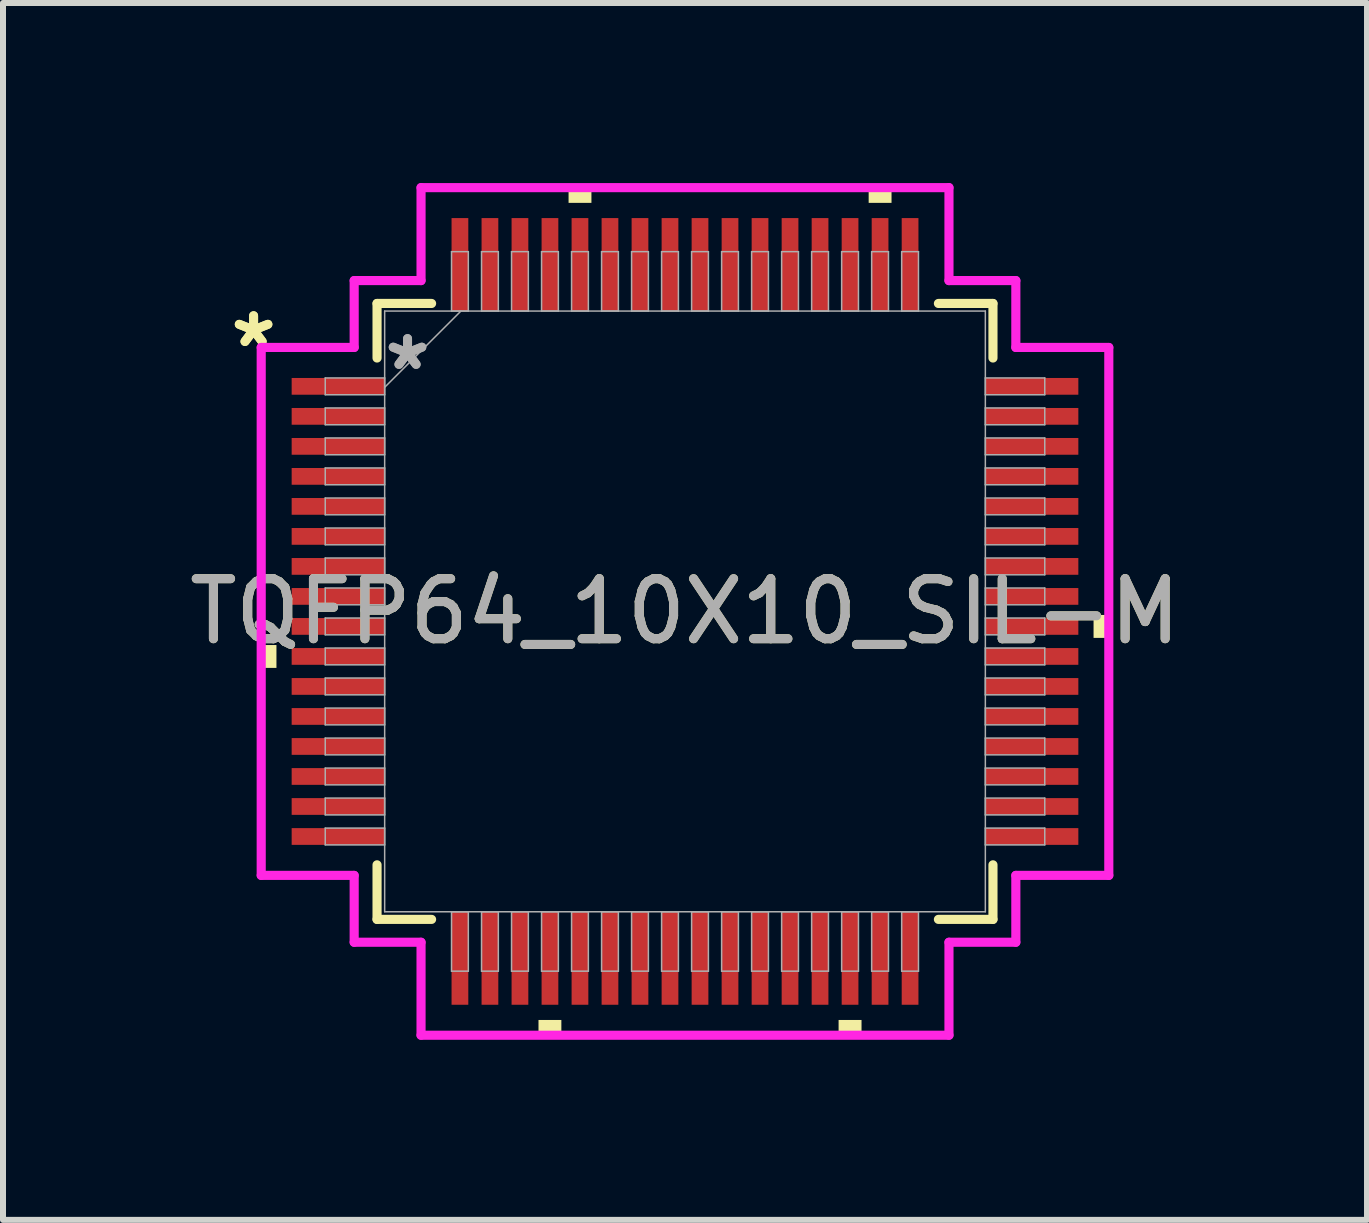
<source format=kicad_pcb>
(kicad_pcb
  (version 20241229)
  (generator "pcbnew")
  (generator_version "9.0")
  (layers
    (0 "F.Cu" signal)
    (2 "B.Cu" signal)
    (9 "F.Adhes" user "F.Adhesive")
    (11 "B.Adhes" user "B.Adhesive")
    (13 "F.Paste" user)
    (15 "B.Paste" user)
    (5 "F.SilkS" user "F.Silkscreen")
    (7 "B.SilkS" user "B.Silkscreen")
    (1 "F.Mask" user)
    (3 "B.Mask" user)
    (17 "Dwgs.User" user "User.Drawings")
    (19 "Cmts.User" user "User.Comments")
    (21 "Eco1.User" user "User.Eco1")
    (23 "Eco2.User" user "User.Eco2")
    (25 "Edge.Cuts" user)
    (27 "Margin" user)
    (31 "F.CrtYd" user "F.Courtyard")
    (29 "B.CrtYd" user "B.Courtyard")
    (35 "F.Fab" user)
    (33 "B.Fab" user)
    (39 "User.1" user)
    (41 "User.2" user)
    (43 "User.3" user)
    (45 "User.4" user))
  (footprint "TQFP64_10X10_SIL-M"
    (layer "F.Cu")
    (at 8.363 7.137)
    (property "Reference" "TQFP64_10X10_SIL-M" (at 0 0 0) (unlocked yes) (layer "F.SilkS") (effects (font (size 1 1) (thickness 0.15))))
    (attr smd)
    (fp_line (start -5.131 -5.131) (end -5.131 -4.222) (stroke (width 0.152) (type solid)) (layer "F.SilkS"))
    (fp_line (start -5.131 4.222) (end -5.131 5.131) (stroke (width 0.152) (type solid)) (layer "F.SilkS"))
    (fp_line (start -5.131 5.131) (end -4.222 5.131) (stroke (width 0.152) (type solid)) (layer "F.SilkS"))
    (fp_line (start -4.222 -5.131) (end -5.131 -5.131) (stroke (width 0.152) (type solid)) (layer "F.SilkS"))
    (fp_line (start 4.222 5.131) (end 5.131 5.131) (stroke (width 0.152) (type solid)) (layer "F.SilkS"))
    (fp_line (start 5.131 -5.131) (end 4.222 -5.131) (stroke (width 0.152) (type solid)) (layer "F.SilkS"))
    (fp_line (start 5.131 -4.222) (end 5.131 -5.131) (stroke (width 0.152) (type solid)) (layer "F.SilkS"))
    (fp_line (start 5.131 5.131) (end 5.131 4.222) (stroke (width 0.152) (type solid)) (layer "F.SilkS"))
    (fp_poly (pts (xy -7.061 0.56) (xy -7.061 0.941) (xy -6.807 0.941) (xy -6.807 0.56)) (stroke (width 0) (type solid)) (fill yes) (layer "F.SilkS"))
    (fp_poly (pts (xy -2.441 6.807) (xy -2.441 7.061) (xy -2.06 7.061) (xy -2.06 6.807)) (stroke (width 0) (type solid)) (fill yes) (layer "F.SilkS"))
    (fp_poly (pts (xy -1.94 -6.807) (xy -1.94 -7.061) (xy -1.559 -7.061) (xy -1.559 -6.807)) (stroke (width 0) (type solid)) (fill yes) (layer "F.SilkS"))
    (fp_poly (pts (xy 2.559 6.807) (xy 2.559 7.061) (xy 2.941 7.061) (xy 2.941 6.807)) (stroke (width 0) (type solid)) (fill yes) (layer "F.SilkS"))
    (fp_poly (pts (xy 3.06 -6.807) (xy 3.06 -7.061) (xy 3.441 -7.061) (xy 3.441 -6.807)) (stroke (width 0) (type solid)) (fill yes) (layer "F.SilkS"))
    (fp_poly (pts (xy 7.061 0.059) (xy 7.061 0.441) (xy 6.807 0.441) (xy 6.807 0.059)) (stroke (width 0) (type solid)) (fill yes) (layer "F.SilkS"))
    (fp_line (start -7.061 -4.398) (end -5.512 -4.398) (stroke (width 0.152) (type solid)) (layer "F.CrtYd"))
    (fp_line (start -7.061 4.398) (end -7.061 -4.398) (stroke (width 0.152) (type solid)) (layer "F.CrtYd"))
    (fp_line (start -5.512 -5.512) (end -4.398 -5.512) (stroke (width 0.152) (type solid)) (layer "F.CrtYd"))
    (fp_line (start -5.512 -4.398) (end -5.512 -5.512) (stroke (width 0.152) (type solid)) (layer "F.CrtYd"))
    (fp_line (start -5.512 4.398) (end -7.061 4.398) (stroke (width 0.152) (type solid)) (layer "F.CrtYd"))
    (fp_line (start -5.512 5.512) (end -5.512 4.398) (stroke (width 0.152) (type solid)) (layer "F.CrtYd"))
    (fp_line (start -5.512 5.512) (end -4.398 5.512) (stroke (width 0.152) (type solid)) (layer "F.CrtYd"))
    (fp_line (start -4.398 -7.061) (end 4.398 -7.061) (stroke (width 0.152) (type solid)) (layer "F.CrtYd"))
    (fp_line (start -4.398 -5.512) (end -4.398 -7.061) (stroke (width 0.152) (type solid)) (layer "F.CrtYd"))
    (fp_line (start -4.398 5.512) (end -4.398 7.061) (stroke (width 0.152) (type solid)) (layer "F.CrtYd"))
    (fp_line (start -4.398 7.061) (end 4.398 7.061) (stroke (width 0.152) (type solid)) (layer "F.CrtYd"))
    (fp_line (start 4.398 -7.061) (end 4.398 -5.512) (stroke (width 0.152) (type solid)) (layer "F.CrtYd"))
    (fp_line (start 4.398 -5.512) (end 5.512 -5.512) (stroke (width 0.152) (type solid)) (layer "F.CrtYd"))
    (fp_line (start 4.398 5.512) (end 5.512 5.512) (stroke (width 0.152) (type solid)) (layer "F.CrtYd"))
    (fp_line (start 4.398 7.061) (end 4.398 5.512) (stroke (width 0.152) (type solid)) (layer "F.CrtYd"))
    (fp_line (start 5.512 -4.398) (end 5.512 -5.512) (stroke (width 0.152) (type solid)) (layer "F.CrtYd"))
    (fp_line (start 5.512 4.398) (end 7.061 4.398) (stroke (width 0.152) (type solid)) (layer "F.CrtYd"))
    (fp_line (start 5.512 5.512) (end 5.512 4.398) (stroke (width 0.152) (type solid)) (layer "F.CrtYd"))
    (fp_line (start 7.061 -4.398) (end 5.512 -4.398) (stroke (width 0.152) (type solid)) (layer "F.CrtYd"))
    (fp_line (start 7.061 4.398) (end 7.061 -4.398) (stroke (width 0.152) (type solid)) (layer "F.CrtYd"))
    (fp_line (start -5.994 -3.89) (end -5.994 -3.61) (stroke (width 0.025) (type solid)) (layer "F.Fab"))
    (fp_line (start -5.994 -3.61) (end -5.004 -3.61) (stroke (width 0.025) (type solid)) (layer "F.Fab"))
    (fp_line (start -5.994 -3.39) (end -5.994 -3.11) (stroke (width 0.025) (type solid)) (layer "F.Fab"))
    (fp_line (start -5.994 -3.11) (end -5.004 -3.11) (stroke (width 0.025) (type solid)) (layer "F.Fab"))
    (fp_line (start -5.994 -2.89) (end -5.994 -2.61) (stroke (width 0.025) (type solid)) (layer "F.Fab"))
    (fp_line (start -5.994 -2.61) (end -5.004 -2.61) (stroke (width 0.025) (type solid)) (layer "F.Fab"))
    (fp_line (start -5.994 -2.39) (end -5.994 -2.11) (stroke (width 0.025) (type solid)) (layer "F.Fab"))
    (fp_line (start -5.994 -2.11) (end -5.004 -2.11) (stroke (width 0.025) (type solid)) (layer "F.Fab"))
    (fp_line (start -5.994 -1.89) (end -5.994 -1.61) (stroke (width 0.025) (type solid)) (layer "F.Fab"))
    (fp_line (start -5.994 -1.61) (end -5.004 -1.61) (stroke (width 0.025) (type solid)) (layer "F.Fab"))
    (fp_line (start -5.994 -1.39) (end -5.994 -1.11) (stroke (width 0.025) (type solid)) (layer "F.Fab"))
    (fp_line (start -5.994 -1.11) (end -5.004 -1.11) (stroke (width 0.025) (type solid)) (layer "F.Fab"))
    (fp_line (start -5.994 -0.89) (end -5.994 -0.61) (stroke (width 0.025) (type solid)) (layer "F.Fab"))
    (fp_line (start -5.994 -0.61) (end -5.004 -0.61) (stroke (width 0.025) (type solid)) (layer "F.Fab"))
    (fp_line (start -5.994 -0.39) (end -5.994 -0.11) (stroke (width 0.025) (type solid)) (layer "F.Fab"))
    (fp_line (start -5.994 -0.11) (end -5.004 -0.11) (stroke (width 0.025) (type solid)) (layer "F.Fab"))
    (fp_line (start -5.994 0.11) (end -5.994 0.39) (stroke (width 0.025) (type solid)) (layer "F.Fab"))
    (fp_line (start -5.994 0.39) (end -5.004 0.39) (stroke (width 0.025) (type solid)) (layer "F.Fab"))
    (fp_line (start -5.994 0.61) (end -5.994 0.89) (stroke (width 0.025) (type solid)) (layer "F.Fab"))
    (fp_line (start -5.994 0.89) (end -5.004 0.89) (stroke (width 0.025) (type solid)) (layer "F.Fab"))
    (fp_line (start -5.994 1.11) (end -5.994 1.39) (stroke (width 0.025) (type solid)) (layer "F.Fab"))
    (fp_line (start -5.994 1.39) (end -5.004 1.39) (stroke (width 0.025) (type solid)) (layer "F.Fab"))
    (fp_line (start -5.994 1.61) (end -5.994 1.89) (stroke (width 0.025) (type solid)) (layer "F.Fab"))
    (fp_line (start -5.994 1.89) (end -5.004 1.89) (stroke (width 0.025) (type solid)) (layer "F.Fab"))
    (fp_line (start -5.994 2.11) (end -5.994 2.39) (stroke (width 0.025) (type solid)) (layer "F.Fab"))
    (fp_line (start -5.994 2.39) (end -5.004 2.39) (stroke (width 0.025) (type solid)) (layer "F.Fab"))
    (fp_line (start -5.994 2.61) (end -5.994 2.89) (stroke (width 0.025) (type solid)) (layer "F.Fab"))
    (fp_line (start -5.994 2.89) (end -5.004 2.89) (stroke (width 0.025) (type solid)) (layer "F.Fab"))
    (fp_line (start -5.994 3.11) (end -5.994 3.39) (stroke (width 0.025) (type solid)) (layer "F.Fab"))
    (fp_line (start -5.994 3.39) (end -5.004 3.39) (stroke (width 0.025) (type solid)) (layer "F.Fab"))
    (fp_line (start -5.994 3.61) (end -5.994 3.89) (stroke (width 0.025) (type solid)) (layer "F.Fab"))
    (fp_line (start -5.994 3.89) (end -5.004 3.89) (stroke (width 0.025) (type solid)) (layer "F.Fab"))
    (fp_line (start -5.004 -5.004) (end -5.004 5.004) (stroke (width 0.025) (type solid)) (layer "F.Fab"))
    (fp_line (start -5.004 -3.89) (end -5.994 -3.89) (stroke (width 0.025) (type solid)) (layer "F.Fab"))
    (fp_line (start -5.004 -3.734) (end -3.734 -5.004) (stroke (width 0.025) (type solid)) (layer "F.Fab"))
    (fp_line (start -5.004 -3.61) (end -5.004 -3.89) (stroke (width 0.025) (type solid)) (layer "F.Fab"))
    (fp_line (start -5.004 -3.39) (end -5.994 -3.39) (stroke (width 0.025) (type solid)) (layer "F.Fab"))
    (fp_line (start -5.004 -3.11) (end -5.004 -3.39) (stroke (width 0.025) (type solid)) (layer "F.Fab"))
    (fp_line (start -5.004 -2.89) (end -5.994 -2.89) (stroke (width 0.025) (type solid)) (layer "F.Fab"))
    (fp_line (start -5.004 -2.61) (end -5.004 -2.89) (stroke (width 0.025) (type solid)) (layer "F.Fab"))
    (fp_line (start -5.004 -2.39) (end -5.994 -2.39) (stroke (width 0.025) (type solid)) (layer "F.Fab"))
    (fp_line (start -5.004 -2.11) (end -5.004 -2.39) (stroke (width 0.025) (type solid)) (layer "F.Fab"))
    (fp_line (start -5.004 -1.89) (end -5.994 -1.89) (stroke (width 0.025) (type solid)) (layer "F.Fab"))
    (fp_line (start -5.004 -1.61) (end -5.004 -1.89) (stroke (width 0.025) (type solid)) (layer "F.Fab"))
    (fp_line (start -5.004 -1.39) (end -5.994 -1.39) (stroke (width 0.025) (type solid)) (layer "F.Fab"))
    (fp_line (start -5.004 -1.11) (end -5.004 -1.39) (stroke (width 0.025) (type solid)) (layer "F.Fab"))
    (fp_line (start -5.004 -0.89) (end -5.994 -0.89) (stroke (width 0.025) (type solid)) (layer "F.Fab"))
    (fp_line (start -5.004 -0.61) (end -5.004 -0.89) (stroke (width 0.025) (type solid)) (layer "F.Fab"))
    (fp_line (start -5.004 -0.39) (end -5.994 -0.39) (stroke (width 0.025) (type solid)) (layer "F.Fab"))
    (fp_line (start -5.004 -0.11) (end -5.004 -0.39) (stroke (width 0.025) (type solid)) (layer "F.Fab"))
    (fp_line (start -5.004 0.11) (end -5.994 0.11) (stroke (width 0.025) (type solid)) (layer "F.Fab"))
    (fp_line (start -5.004 0.39) (end -5.004 0.11) (stroke (width 0.025) (type solid)) (layer "F.Fab"))
    (fp_line (start -5.004 0.61) (end -5.994 0.61) (stroke (width 0.025) (type solid)) (layer "F.Fab"))
    (fp_line (start -5.004 0.89) (end -5.004 0.61) (stroke (width 0.025) (type solid)) (layer "F.Fab"))
    (fp_line (start -5.004 1.11) (end -5.994 1.11) (stroke (width 0.025) (type solid)) (layer "F.Fab"))
    (fp_line (start -5.004 1.39) (end -5.004 1.11) (stroke (width 0.025) (type solid)) (layer "F.Fab"))
    (fp_line (start -5.004 1.61) (end -5.994 1.61) (stroke (width 0.025) (type solid)) (layer "F.Fab"))
    (fp_line (start -5.004 1.89) (end -5.004 1.61) (stroke (width 0.025) (type solid)) (layer "F.Fab"))
    (fp_line (start -5.004 2.11) (end -5.994 2.11) (stroke (width 0.025) (type solid)) (layer "F.Fab"))
    (fp_line (start -5.004 2.39) (end -5.004 2.11) (stroke (width 0.025) (type solid)) (layer "F.Fab"))
    (fp_line (start -5.004 2.61) (end -5.994 2.61) (stroke (width 0.025) (type solid)) (layer "F.Fab"))
    (fp_line (start -5.004 2.89) (end -5.004 2.61) (stroke (width 0.025) (type solid)) (layer "F.Fab"))
    (fp_line (start -5.004 3.11) (end -5.994 3.11) (stroke (width 0.025) (type solid)) (layer "F.Fab"))
    (fp_line (start -5.004 3.39) (end -5.004 3.11) (stroke (width 0.025) (type solid)) (layer "F.Fab"))
    (fp_line (start -5.004 3.61) (end -5.994 3.61) (stroke (width 0.025) (type solid)) (layer "F.Fab"))
    (fp_line (start -5.004 3.89) (end -5.004 3.61) (stroke (width 0.025) (type solid)) (layer "F.Fab"))
    (fp_line (start -5.004 5.004) (end 5.004 5.004) (stroke (width 0.025) (type solid)) (layer "F.Fab"))
    (fp_line (start -3.89 -5.994) (end -3.89 -5.004) (stroke (width 0.025) (type solid)) (layer "F.Fab"))
    (fp_line (start -3.89 -5.004) (end -3.61 -5.004) (stroke (width 0.025) (type solid)) (layer "F.Fab"))
    (fp_line (start -3.89 5.004) (end -3.89 5.994) (stroke (width 0.025) (type solid)) (layer "F.Fab"))
    (fp_line (start -3.89 5.994) (end -3.61 5.994) (stroke (width 0.025) (type solid)) (layer "F.Fab"))
    (fp_line (start -3.61 -5.994) (end -3.89 -5.994) (stroke (width 0.025) (type solid)) (layer "F.Fab"))
    (fp_line (start -3.61 -5.004) (end -3.61 -5.994) (stroke (width 0.025) (type solid)) (layer "F.Fab"))
    (fp_line (start -3.61 5.004) (end -3.89 5.004) (stroke (width 0.025) (type solid)) (layer "F.Fab"))
    (fp_line (start -3.61 5.994) (end -3.61 5.004) (stroke (width 0.025) (type solid)) (layer "F.Fab"))
    (fp_line (start -3.39 -5.994) (end -3.39 -5.004) (stroke (width 0.025) (type solid)) (layer "F.Fab"))
    (fp_line (start -3.39 -5.004) (end -3.11 -5.004) (stroke (width 0.025) (type solid)) (layer "F.Fab"))
    (fp_line (start -3.39 5.004) (end -3.39 5.994) (stroke (width 0.025) (type solid)) (layer "F.Fab"))
    (fp_line (start -3.39 5.994) (end -3.11 5.994) (stroke (width 0.025) (type solid)) (layer "F.Fab"))
    (fp_line (start -3.11 -5.994) (end -3.39 -5.994) (stroke (width 0.025) (type solid)) (layer "F.Fab"))
    (fp_line (start -3.11 -5.004) (end -3.11 -5.994) (stroke (width 0.025) (type solid)) (layer "F.Fab"))
    (fp_line (start -3.11 5.004) (end -3.39 5.004) (stroke (width 0.025) (type solid)) (layer "F.Fab"))
    (fp_line (start -3.11 5.994) (end -3.11 5.004) (stroke (width 0.025) (type solid)) (layer "F.Fab"))
    (fp_line (start -2.89 -5.994) (end -2.89 -5.004) (stroke (width 0.025) (type solid)) (layer "F.Fab"))
    (fp_line (start -2.89 -5.004) (end -2.61 -5.004) (stroke (width 0.025) (type solid)) (layer "F.Fab"))
    (fp_line (start -2.89 5.004) (end -2.89 5.994) (stroke (width 0.025) (type solid)) (layer "F.Fab"))
    (fp_line (start -2.89 5.994) (end -2.61 5.994) (stroke (width 0.025) (type solid)) (layer "F.Fab"))
    (fp_line (start -2.61 -5.994) (end -2.89 -5.994) (stroke (width 0.025) (type solid)) (layer "F.Fab"))
    (fp_line (start -2.61 -5.004) (end -2.61 -5.994) (stroke (width 0.025) (type solid)) (layer "F.Fab"))
    (fp_line (start -2.61 5.004) (end -2.89 5.004) (stroke (width 0.025) (type solid)) (layer "F.Fab"))
    (fp_line (start -2.61 5.994) (end -2.61 5.004) (stroke (width 0.025) (type solid)) (layer "F.Fab"))
    (fp_line (start -2.39 -5.994) (end -2.39 -5.004) (stroke (width 0.025) (type solid)) (layer "F.Fab"))
    (fp_line (start -2.39 -5.004) (end -2.11 -5.004) (stroke (width 0.025) (type solid)) (layer "F.Fab"))
    (fp_line (start -2.39 5.004) (end -2.39 5.994) (stroke (width 0.025) (type solid)) (layer "F.Fab"))
    (fp_line (start -2.39 5.994) (end -2.11 5.994) (stroke (width 0.025) (type solid)) (layer "F.Fab"))
    (fp_line (start -2.11 -5.994) (end -2.39 -5.994) (stroke (width 0.025) (type solid)) (layer "F.Fab"))
    (fp_line (start -2.11 -5.004) (end -2.11 -5.994) (stroke (width 0.025) (type solid)) (layer "F.Fab"))
    (fp_line (start -2.11 5.004) (end -2.39 5.004) (stroke (width 0.025) (type solid)) (layer "F.Fab"))
    (fp_line (start -2.11 5.994) (end -2.11 5.004) (stroke (width 0.025) (type solid)) (layer "F.Fab"))
    (fp_line (start -1.89 -5.994) (end -1.89 -5.004) (stroke (width 0.025) (type solid)) (layer "F.Fab"))
    (fp_line (start -1.89 -5.004) (end -1.61 -5.004) (stroke (width 0.025) (type solid)) (layer "F.Fab"))
    (fp_line (start -1.89 5.004) (end -1.89 5.994) (stroke (width 0.025) (type solid)) (layer "F.Fab"))
    (fp_line (start -1.89 5.994) (end -1.61 5.994) (stroke (width 0.025) (type solid)) (layer "F.Fab"))
    (fp_line (start -1.61 -5.994) (end -1.89 -5.994) (stroke (width 0.025) (type solid)) (layer "F.Fab"))
    (fp_line (start -1.61 -5.004) (end -1.61 -5.994) (stroke (width 0.025) (type solid)) (layer "F.Fab"))
    (fp_line (start -1.61 5.004) (end -1.89 5.004) (stroke (width 0.025) (type solid)) (layer "F.Fab"))
    (fp_line (start -1.61 5.994) (end -1.61 5.004) (stroke (width 0.025) (type solid)) (layer "F.Fab"))
    (fp_line (start -1.39 -5.994) (end -1.39 -5.004) (stroke (width 0.025) (type solid)) (layer "F.Fab"))
    (fp_line (start -1.39 -5.004) (end -1.11 -5.004) (stroke (width 0.025) (type solid)) (layer "F.Fab"))
    (fp_line (start -1.39 5.004) (end -1.39 5.994) (stroke (width 0.025) (type solid)) (layer "F.Fab"))
    (fp_line (start -1.39 5.994) (end -1.11 5.994) (stroke (width 0.025) (type solid)) (layer "F.Fab"))
    (fp_line (start -1.11 -5.994) (end -1.39 -5.994) (stroke (width 0.025) (type solid)) (layer "F.Fab"))
    (fp_line (start -1.11 -5.004) (end -1.11 -5.994) (stroke (width 0.025) (type solid)) (layer "F.Fab"))
    (fp_line (start -1.11 5.004) (end -1.39 5.004) (stroke (width 0.025) (type solid)) (layer "F.Fab"))
    (fp_line (start -1.11 5.994) (end -1.11 5.004) (stroke (width 0.025) (type solid)) (layer "F.Fab"))
    (fp_line (start -0.89 -5.994) (end -0.89 -5.004) (stroke (width 0.025) (type solid)) (layer "F.Fab"))
    (fp_line (start -0.89 -5.004) (end -0.61 -5.004) (stroke (width 0.025) (type solid)) (layer "F.Fab"))
    (fp_line (start -0.89 5.004) (end -0.89 5.994) (stroke (width 0.025) (type solid)) (layer "F.Fab"))
    (fp_line (start -0.89 5.994) (end -0.61 5.994) (stroke (width 0.025) (type solid)) (layer "F.Fab"))
    (fp_line (start -0.61 -5.994) (end -0.89 -5.994) (stroke (width 0.025) (type solid)) (layer "F.Fab"))
    (fp_line (start -0.61 -5.004) (end -0.61 -5.994) (stroke (width 0.025) (type solid)) (layer "F.Fab"))
    (fp_line (start -0.61 5.004) (end -0.89 5.004) (stroke (width 0.025) (type solid)) (layer "F.Fab"))
    (fp_line (start -0.61 5.994) (end -0.61 5.004) (stroke (width 0.025) (type solid)) (layer "F.Fab"))
    (fp_line (start -0.39 -5.994) (end -0.39 -5.004) (stroke (width 0.025) (type solid)) (layer "F.Fab"))
    (fp_line (start -0.39 -5.004) (end -0.11 -5.004) (stroke (width 0.025) (type solid)) (layer "F.Fab"))
    (fp_line (start -0.39 5.004) (end -0.39 5.994) (stroke (width 0.025) (type solid)) (layer "F.Fab"))
    (fp_line (start -0.39 5.994) (end -0.11 5.994) (stroke (width 0.025) (type solid)) (layer "F.Fab"))
    (fp_line (start -0.11 -5.994) (end -0.39 -5.994) (stroke (width 0.025) (type solid)) (layer "F.Fab"))
    (fp_line (start -0.11 -5.004) (end -0.11 -5.994) (stroke (width 0.025) (type solid)) (layer "F.Fab"))
    (fp_line (start -0.11 5.004) (end -0.39 5.004) (stroke (width 0.025) (type solid)) (layer "F.Fab"))
    (fp_line (start -0.11 5.994) (end -0.11 5.004) (stroke (width 0.025) (type solid)) (layer "F.Fab"))
    (fp_line (start 0.11 -5.994) (end 0.11 -5.004) (stroke (width 0.025) (type solid)) (layer "F.Fab"))
    (fp_line (start 0.11 -5.004) (end 0.39 -5.004) (stroke (width 0.025) (type solid)) (layer "F.Fab"))
    (fp_line (start 0.11 5.004) (end 0.11 5.994) (stroke (width 0.025) (type solid)) (layer "F.Fab"))
    (fp_line (start 0.11 5.994) (end 0.39 5.994) (stroke (width 0.025) (type solid)) (layer "F.Fab"))
    (fp_line (start 0.39 -5.994) (end 0.11 -5.994) (stroke (width 0.025) (type solid)) (layer "F.Fab"))
    (fp_line (start 0.39 -5.004) (end 0.39 -5.994) (stroke (width 0.025) (type solid)) (layer "F.Fab"))
    (fp_line (start 0.39 5.004) (end 0.11 5.004) (stroke (width 0.025) (type solid)) (layer "F.Fab"))
    (fp_line (start 0.39 5.994) (end 0.39 5.004) (stroke (width 0.025) (type solid)) (layer "F.Fab"))
    (fp_line (start 0.61 -5.994) (end 0.61 -5.004) (stroke (width 0.025) (type solid)) (layer "F.Fab"))
    (fp_line (start 0.61 -5.004) (end 0.89 -5.004) (stroke (width 0.025) (type solid)) (layer "F.Fab"))
    (fp_line (start 0.61 5.004) (end 0.61 5.994) (stroke (width 0.025) (type solid)) (layer "F.Fab"))
    (fp_line (start 0.61 5.994) (end 0.89 5.994) (stroke (width 0.025) (type solid)) (layer "F.Fab"))
    (fp_line (start 0.89 -5.994) (end 0.61 -5.994) (stroke (width 0.025) (type solid)) (layer "F.Fab"))
    (fp_line (start 0.89 -5.004) (end 0.89 -5.994) (stroke (width 0.025) (type solid)) (layer "F.Fab"))
    (fp_line (start 0.89 5.004) (end 0.61 5.004) (stroke (width 0.025) (type solid)) (layer "F.Fab"))
    (fp_line (start 0.89 5.994) (end 0.89 5.004) (stroke (width 0.025) (type solid)) (layer "F.Fab"))
    (fp_line (start 1.11 -5.994) (end 1.11 -5.004) (stroke (width 0.025) (type solid)) (layer "F.Fab"))
    (fp_line (start 1.11 -5.004) (end 1.39 -5.004) (stroke (width 0.025) (type solid)) (layer "F.Fab"))
    (fp_line (start 1.11 5.004) (end 1.11 5.994) (stroke (width 0.025) (type solid)) (layer "F.Fab"))
    (fp_line (start 1.11 5.994) (end 1.39 5.994) (stroke (width 0.025) (type solid)) (layer "F.Fab"))
    (fp_line (start 1.39 -5.994) (end 1.11 -5.994) (stroke (width 0.025) (type solid)) (layer "F.Fab"))
    (fp_line (start 1.39 -5.004) (end 1.39 -5.994) (stroke (width 0.025) (type solid)) (layer "F.Fab"))
    (fp_line (start 1.39 5.004) (end 1.11 5.004) (stroke (width 0.025) (type solid)) (layer "F.Fab"))
    (fp_line (start 1.39 5.994) (end 1.39 5.004) (stroke (width 0.025) (type solid)) (layer "F.Fab"))
    (fp_line (start 1.61 -5.994) (end 1.61 -5.004) (stroke (width 0.025) (type solid)) (layer "F.Fab"))
    (fp_line (start 1.61 -5.004) (end 1.89 -5.004) (stroke (width 0.025) (type solid)) (layer "F.Fab"))
    (fp_line (start 1.61 5.004) (end 1.61 5.994) (stroke (width 0.025) (type solid)) (layer "F.Fab"))
    (fp_line (start 1.61 5.994) (end 1.89 5.994) (stroke (width 0.025) (type solid)) (layer "F.Fab"))
    (fp_line (start 1.89 -5.994) (end 1.61 -5.994) (stroke (width 0.025) (type solid)) (layer "F.Fab"))
    (fp_line (start 1.89 -5.004) (end 1.89 -5.994) (stroke (width 0.025) (type solid)) (layer "F.Fab"))
    (fp_line (start 1.89 5.004) (end 1.61 5.004) (stroke (width 0.025) (type solid)) (layer "F.Fab"))
    (fp_line (start 1.89 5.994) (end 1.89 5.004) (stroke (width 0.025) (type solid)) (layer "F.Fab"))
    (fp_line (start 2.11 -5.994) (end 2.11 -5.004) (stroke (width 0.025) (type solid)) (layer "F.Fab"))
    (fp_line (start 2.11 -5.004) (end 2.39 -5.004) (stroke (width 0.025) (type solid)) (layer "F.Fab"))
    (fp_line (start 2.11 5.004) (end 2.11 5.994) (stroke (width 0.025) (type solid)) (layer "F.Fab"))
    (fp_line (start 2.11 5.994) (end 2.39 5.994) (stroke (width 0.025) (type solid)) (layer "F.Fab"))
    (fp_line (start 2.39 -5.994) (end 2.11 -5.994) (stroke (width 0.025) (type solid)) (layer "F.Fab"))
    (fp_line (start 2.39 -5.004) (end 2.39 -5.994) (stroke (width 0.025) (type solid)) (layer "F.Fab"))
    (fp_line (start 2.39 5.004) (end 2.11 5.004) (stroke (width 0.025) (type solid)) (layer "F.Fab"))
    (fp_line (start 2.39 5.994) (end 2.39 5.004) (stroke (width 0.025) (type solid)) (layer "F.Fab"))
    (fp_line (start 2.61 -5.994) (end 2.61 -5.004) (stroke (width 0.025) (type solid)) (layer "F.Fab"))
    (fp_line (start 2.61 -5.004) (end 2.89 -5.004) (stroke (width 0.025) (type solid)) (layer "F.Fab"))
    (fp_line (start 2.61 5.004) (end 2.61 5.994) (stroke (width 0.025) (type solid)) (layer "F.Fab"))
    (fp_line (start 2.61 5.994) (end 2.89 5.994) (stroke (width 0.025) (type solid)) (layer "F.Fab"))
    (fp_line (start 2.89 -5.994) (end 2.61 -5.994) (stroke (width 0.025) (type solid)) (layer "F.Fab"))
    (fp_line (start 2.89 -5.004) (end 2.89 -5.994) (stroke (width 0.025) (type solid)) (layer "F.Fab"))
    (fp_line (start 2.89 5.004) (end 2.61 5.004) (stroke (width 0.025) (type solid)) (layer "F.Fab"))
    (fp_line (start 2.89 5.994) (end 2.89 5.004) (stroke (width 0.025) (type solid)) (layer "F.Fab"))
    (fp_line (start 3.11 -5.994) (end 3.11 -5.004) (stroke (width 0.025) (type solid)) (layer "F.Fab"))
    (fp_line (start 3.11 -5.004) (end 3.39 -5.004) (stroke (width 0.025) (type solid)) (layer "F.Fab"))
    (fp_line (start 3.11 5.004) (end 3.11 5.994) (stroke (width 0.025) (type solid)) (layer "F.Fab"))
    (fp_line (start 3.11 5.994) (end 3.39 5.994) (stroke (width 0.025) (type solid)) (layer "F.Fab"))
    (fp_line (start 3.39 -5.994) (end 3.11 -5.994) (stroke (width 0.025) (type solid)) (layer "F.Fab"))
    (fp_line (start 3.39 -5.004) (end 3.39 -5.994) (stroke (width 0.025) (type solid)) (layer "F.Fab"))
    (fp_line (start 3.39 5.004) (end 3.11 5.004) (stroke (width 0.025) (type solid)) (layer "F.Fab"))
    (fp_line (start 3.39 5.994) (end 3.39 5.004) (stroke (width 0.025) (type solid)) (layer "F.Fab"))
    (fp_line (start 3.61 -5.994) (end 3.61 -5.004) (stroke (width 0.025) (type solid)) (layer "F.Fab"))
    (fp_line (start 3.61 -5.004) (end 3.89 -5.004) (stroke (width 0.025) (type solid)) (layer "F.Fab"))
    (fp_line (start 3.61 5.004) (end 3.61 5.994) (stroke (width 0.025) (type solid)) (layer "F.Fab"))
    (fp_line (start 3.61 5.994) (end 3.89 5.994) (stroke (width 0.025) (type solid)) (layer "F.Fab"))
    (fp_line (start 3.89 -5.994) (end 3.61 -5.994) (stroke (width 0.025) (type solid)) (layer "F.Fab"))
    (fp_line (start 3.89 -5.004) (end 3.89 -5.994) (stroke (width 0.025) (type solid)) (layer "F.Fab"))
    (fp_line (start 3.89 5.004) (end 3.61 5.004) (stroke (width 0.025) (type solid)) (layer "F.Fab"))
    (fp_line (start 3.89 5.994) (end 3.89 5.004) (stroke (width 0.025) (type solid)) (layer "F.Fab"))
    (fp_line (start 5.004 -5.004) (end -5.004 -5.004) (stroke (width 0.025) (type solid)) (layer "F.Fab"))
    (fp_line (start 5.004 -3.89) (end 5.004 -3.61) (stroke (width 0.025) (type solid)) (layer "F.Fab"))
    (fp_line (start 5.004 -3.61) (end 5.994 -3.61) (stroke (width 0.025) (type solid)) (layer "F.Fab"))
    (fp_line (start 5.004 -3.39) (end 5.004 -3.11) (stroke (width 0.025) (type solid)) (layer "F.Fab"))
    (fp_line (start 5.004 -3.11) (end 5.994 -3.11) (stroke (width 0.025) (type solid)) (layer "F.Fab"))
    (fp_line (start 5.004 -2.89) (end 5.004 -2.61) (stroke (width 0.025) (type solid)) (layer "F.Fab"))
    (fp_line (start 5.004 -2.61) (end 5.994 -2.61) (stroke (width 0.025) (type solid)) (layer "F.Fab"))
    (fp_line (start 5.004 -2.39) (end 5.004 -2.11) (stroke (width 0.025) (type solid)) (layer "F.Fab"))
    (fp_line (start 5.004 -2.11) (end 5.994 -2.11) (stroke (width 0.025) (type solid)) (layer "F.Fab"))
    (fp_line (start 5.004 -1.89) (end 5.004 -1.61) (stroke (width 0.025) (type solid)) (layer "F.Fab"))
    (fp_line (start 5.004 -1.61) (end 5.994 -1.61) (stroke (width 0.025) (type solid)) (layer "F.Fab"))
    (fp_line (start 5.004 -1.39) (end 5.004 -1.11) (stroke (width 0.025) (type solid)) (layer "F.Fab"))
    (fp_line (start 5.004 -1.11) (end 5.994 -1.11) (stroke (width 0.025) (type solid)) (layer "F.Fab"))
    (fp_line (start 5.004 -0.89) (end 5.004 -0.61) (stroke (width 0.025) (type solid)) (layer "F.Fab"))
    (fp_line (start 5.004 -0.61) (end 5.994 -0.61) (stroke (width 0.025) (type solid)) (layer "F.Fab"))
    (fp_line (start 5.004 -0.39) (end 5.004 -0.11) (stroke (width 0.025) (type solid)) (layer "F.Fab"))
    (fp_line (start 5.004 -0.11) (end 5.994 -0.11) (stroke (width 0.025) (type solid)) (layer "F.Fab"))
    (fp_line (start 5.004 0.11) (end 5.004 0.39) (stroke (width 0.025) (type solid)) (layer "F.Fab"))
    (fp_line (start 5.004 0.39) (end 5.994 0.39) (stroke (width 0.025) (type solid)) (layer "F.Fab"))
    (fp_line (start 5.004 0.61) (end 5.004 0.89) (stroke (width 0.025) (type solid)) (layer "F.Fab"))
    (fp_line (start 5.004 0.89) (end 5.994 0.89) (stroke (width 0.025) (type solid)) (layer "F.Fab"))
    (fp_line (start 5.004 1.11) (end 5.004 1.39) (stroke (width 0.025) (type solid)) (layer "F.Fab"))
    (fp_line (start 5.004 1.39) (end 5.994 1.39) (stroke (width 0.025) (type solid)) (layer "F.Fab"))
    (fp_line (start 5.004 1.61) (end 5.004 1.89) (stroke (width 0.025) (type solid)) (layer "F.Fab"))
    (fp_line (start 5.004 1.89) (end 5.994 1.89) (stroke (width 0.025) (type solid)) (layer "F.Fab"))
    (fp_line (start 5.004 2.11) (end 5.004 2.39) (stroke (width 0.025) (type solid)) (layer "F.Fab"))
    (fp_line (start 5.004 2.39) (end 5.994 2.39) (stroke (width 0.025) (type solid)) (layer "F.Fab"))
    (fp_line (start 5.004 2.61) (end 5.004 2.89) (stroke (width 0.025) (type solid)) (layer "F.Fab"))
    (fp_line (start 5.004 2.89) (end 5.994 2.89) (stroke (width 0.025) (type solid)) (layer "F.Fab"))
    (fp_line (start 5.004 3.11) (end 5.004 3.39) (stroke (width 0.025) (type solid)) (layer "F.Fab"))
    (fp_line (start 5.004 3.39) (end 5.994 3.39) (stroke (width 0.025) (type solid)) (layer "F.Fab"))
    (fp_line (start 5.004 3.61) (end 5.004 3.89) (stroke (width 0.025) (type solid)) (layer "F.Fab"))
    (fp_line (start 5.004 3.89) (end 5.994 3.89) (stroke (width 0.025) (type solid)) (layer "F.Fab"))
    (fp_line (start 5.004 5.004) (end 5.004 -5.004) (stroke (width 0.025) (type solid)) (layer "F.Fab"))
    (fp_line (start 5.994 -3.89) (end 5.004 -3.89) (stroke (width 0.025) (type solid)) (layer "F.Fab"))
    (fp_line (start 5.994 -3.61) (end 5.994 -3.89) (stroke (width 0.025) (type solid)) (layer "F.Fab"))
    (fp_line (start 5.994 -3.39) (end 5.004 -3.39) (stroke (width 0.025) (type solid)) (layer "F.Fab"))
    (fp_line (start 5.994 -3.11) (end 5.994 -3.39) (stroke (width 0.025) (type solid)) (layer "F.Fab"))
    (fp_line (start 5.994 -2.89) (end 5.004 -2.89) (stroke (width 0.025) (type solid)) (layer "F.Fab"))
    (fp_line (start 5.994 -2.61) (end 5.994 -2.89) (stroke (width 0.025) (type solid)) (layer "F.Fab"))
    (fp_line (start 5.994 -2.39) (end 5.004 -2.39) (stroke (width 0.025) (type solid)) (layer "F.Fab"))
    (fp_line (start 5.994 -2.11) (end 5.994 -2.39) (stroke (width 0.025) (type solid)) (layer "F.Fab"))
    (fp_line (start 5.994 -1.89) (end 5.004 -1.89) (stroke (width 0.025) (type solid)) (layer "F.Fab"))
    (fp_line (start 5.994 -1.61) (end 5.994 -1.89) (stroke (width 0.025) (type solid)) (layer "F.Fab"))
    (fp_line (start 5.994 -1.39) (end 5.004 -1.39) (stroke (width 0.025) (type solid)) (layer "F.Fab"))
    (fp_line (start 5.994 -1.11) (end 5.994 -1.39) (stroke (width 0.025) (type solid)) (layer "F.Fab"))
    (fp_line (start 5.994 -0.89) (end 5.004 -0.89) (stroke (width 0.025) (type solid)) (layer "F.Fab"))
    (fp_line (start 5.994 -0.61) (end 5.994 -0.89) (stroke (width 0.025) (type solid)) (layer "F.Fab"))
    (fp_line (start 5.994 -0.39) (end 5.004 -0.39) (stroke (width 0.025) (type solid)) (layer "F.Fab"))
    (fp_line (start 5.994 -0.11) (end 5.994 -0.39) (stroke (width 0.025) (type solid)) (layer "F.Fab"))
    (fp_line (start 5.994 0.11) (end 5.004 0.11) (stroke (width 0.025) (type solid)) (layer "F.Fab"))
    (fp_line (start 5.994 0.39) (end 5.994 0.11) (stroke (width 0.025) (type solid)) (layer "F.Fab"))
    (fp_line (start 5.994 0.61) (end 5.004 0.61) (stroke (width 0.025) (type solid)) (layer "F.Fab"))
    (fp_line (start 5.994 0.89) (end 5.994 0.61) (stroke (width 0.025) (type solid)) (layer "F.Fab"))
    (fp_line (start 5.994 1.11) (end 5.004 1.11) (stroke (width 0.025) (type solid)) (layer "F.Fab"))
    (fp_line (start 5.994 1.39) (end 5.994 1.11) (stroke (width 0.025) (type solid)) (layer "F.Fab"))
    (fp_line (start 5.994 1.61) (end 5.004 1.61) (stroke (width 0.025) (type solid)) (layer "F.Fab"))
    (fp_line (start 5.994 1.89) (end 5.994 1.61) (stroke (width 0.025) (type solid)) (layer "F.Fab"))
    (fp_line (start 5.994 2.11) (end 5.004 2.11) (stroke (width 0.025) (type solid)) (layer "F.Fab"))
    (fp_line (start 5.994 2.39) (end 5.994 2.11) (stroke (width 0.025) (type solid)) (layer "F.Fab"))
    (fp_line (start 5.994 2.61) (end 5.004 2.61) (stroke (width 0.025) (type solid)) (layer "F.Fab"))
    (fp_line (start 5.994 2.89) (end 5.994 2.61) (stroke (width 0.025) (type solid)) (layer "F.Fab"))
    (fp_line (start 5.994 3.11) (end 5.004 3.11) (stroke (width 0.025) (type solid)) (layer "F.Fab"))
    (fp_line (start 5.994 3.39) (end 5.994 3.11) (stroke (width 0.025) (type solid)) (layer "F.Fab"))
    (fp_line (start 5.994 3.61) (end 5.004 3.61) (stroke (width 0.025) (type solid)) (layer "F.Fab"))
    (fp_line (start 5.994 3.89) (end 5.994 3.61) (stroke (width 0.025) (type solid)) (layer "F.Fab"))
    (fp_text user "*" (at -7.188 -4.381 0) (unlocked yes) (layer "F.SilkS") (effects (font (size 1 1) (thickness 0.15))))
    (fp_text user "*" (at -7.188 -4.381 0) (layer "F.SilkS") (effects (font (size 1 1) (thickness 0.15))))
    (fp_text user "${REFERENCE}" (at 0 0 0) (unlocked yes) (layer "F.Fab") (effects (font (size 1 1) (thickness 0.15))))
    (fp_text user "*" (at -4.623 -4 0) (unlocked yes) (layer "F.Fab") (effects (font (size 1 1) (thickness 0.15))))
    (fp_text user "*" (at -4.623 -4 0) (layer "F.Fab") (effects (font (size 1 1) (thickness 0.15))))
    (pad "1" smd rect (at -5.779 -3.75 90) (size 0.279 1.549) (layers "F.Cu" "F.Mask" "F.Paste"))
    (pad "2" smd rect (at -5.779 -3.25 90) (size 0.279 1.549) (layers "F.Cu" "F.Mask" "F.Paste"))
    (pad "3" smd rect (at -5.779 -2.75 90) (size 0.279 1.549) (layers "F.Cu" "F.Mask" "F.Paste"))
    (pad "4" smd rect (at -5.779 -2.25 90) (size 0.279 1.549) (layers "F.Cu" "F.Mask" "F.Paste"))
    (pad "5" smd rect (at -5.779 -1.75 90) (size 0.279 1.549) (layers "F.Cu" "F.Mask" "F.Paste"))
    (pad "6" smd rect (at -5.779 -1.25 90) (size 0.279 1.549) (layers "F.Cu" "F.Mask" "F.Paste"))
    (pad "7" smd rect (at -5.779 -0.75 90) (size 0.279 1.549) (layers "F.Cu" "F.Mask" "F.Paste"))
    (pad "8" smd rect (at -5.779 -0.25 90) (size 0.279 1.549) (layers "F.Cu" "F.Mask" "F.Paste"))
    (pad "9" smd rect (at -5.779 0.25 90) (size 0.279 1.549) (layers "F.Cu" "F.Mask" "F.Paste"))
    (pad "10" smd rect (at -5.779 0.75 90) (size 0.279 1.549) (layers "F.Cu" "F.Mask" "F.Paste"))
    (pad "11" smd rect (at -5.779 1.25 90) (size 0.279 1.549) (layers "F.Cu" "F.Mask" "F.Paste"))
    (pad "12" smd rect (at -5.779 1.75 90) (size 0.279 1.549) (layers "F.Cu" "F.Mask" "F.Paste"))
    (pad "13" smd rect (at -5.779 2.25 90) (size 0.279 1.549) (layers "F.Cu" "F.Mask" "F.Paste"))
    (pad "14" smd rect (at -5.779 2.75 90) (size 0.279 1.549) (layers "F.Cu" "F.Mask" "F.Paste"))
    (pad "15" smd rect (at -5.779 3.25 90) (size 0.279 1.549) (layers "F.Cu" "F.Mask" "F.Paste"))
    (pad "16" smd rect (at -5.779 3.75 90) (size 0.279 1.549) (layers "F.Cu" "F.Mask" "F.Paste"))
    (pad "17" smd rect (at -3.75 5.779) (size 0.279 1.549) (layers "F.Cu" "F.Mask" "F.Paste"))
    (pad "18" smd rect (at -3.25 5.779) (size 0.279 1.549) (layers "F.Cu" "F.Mask" "F.Paste"))
    (pad "19" smd rect (at -2.75 5.779) (size 0.279 1.549) (layers "F.Cu" "F.Mask" "F.Paste"))
    (pad "20" smd rect (at -2.25 5.779) (size 0.279 1.549) (layers "F.Cu" "F.Mask" "F.Paste"))
    (pad "21" smd rect (at -1.75 5.779) (size 0.279 1.549) (layers "F.Cu" "F.Mask" "F.Paste"))
    (pad "22" smd rect (at -1.25 5.779) (size 0.279 1.549) (layers "F.Cu" "F.Mask" "F.Paste"))
    (pad "23" smd rect (at -0.75 5.779) (size 0.279 1.549) (layers "F.Cu" "F.Mask" "F.Paste"))
    (pad "24" smd rect (at -0.25 5.779) (size 0.279 1.549) (layers "F.Cu" "F.Mask" "F.Paste"))
    (pad "25" smd rect (at 0.25 5.779) (size 0.279 1.549) (layers "F.Cu" "F.Mask" "F.Paste"))
    (pad "26" smd rect (at 0.75 5.779) (size 0.279 1.549) (layers "F.Cu" "F.Mask" "F.Paste"))
    (pad "27" smd rect (at 1.25 5.779) (size 0.279 1.549) (layers "F.Cu" "F.Mask" "F.Paste"))
    (pad "28" smd rect (at 1.75 5.779) (size 0.279 1.549) (layers "F.Cu" "F.Mask" "F.Paste"))
    (pad "29" smd rect (at 2.25 5.779) (size 0.279 1.549) (layers "F.Cu" "F.Mask" "F.Paste"))
    (pad "30" smd rect (at 2.75 5.779) (size 0.279 1.549) (layers "F.Cu" "F.Mask" "F.Paste"))
    (pad "31" smd rect (at 3.25 5.779) (size 0.279 1.549) (layers "F.Cu" "F.Mask" "F.Paste"))
    (pad "32" smd rect (at 3.75 5.779) (size 0.279 1.549) (layers "F.Cu" "F.Mask" "F.Paste"))
    (pad "33" smd rect (at 5.779 3.75 90) (size 0.279 1.549) (layers "F.Cu" "F.Mask" "F.Paste"))
    (pad "34" smd rect (at 5.779 3.25 90) (size 0.279 1.549) (layers "F.Cu" "F.Mask" "F.Paste"))
    (pad "35" smd rect (at 5.779 2.75 90) (size 0.279 1.549) (layers "F.Cu" "F.Mask" "F.Paste"))
    (pad "36" smd rect (at 5.779 2.25 90) (size 0.279 1.549) (layers "F.Cu" "F.Mask" "F.Paste"))
    (pad "37" smd rect (at 5.779 1.75 90) (size 0.279 1.549) (layers "F.Cu" "F.Mask" "F.Paste"))
    (pad "38" smd rect (at 5.779 1.25 90) (size 0.279 1.549) (layers "F.Cu" "F.Mask" "F.Paste"))
    (pad "39" smd rect (at 5.779 0.75 90) (size 0.279 1.549) (layers "F.Cu" "F.Mask" "F.Paste"))
    (pad "40" smd rect (at 5.779 0.25 90) (size 0.279 1.549) (layers "F.Cu" "F.Mask" "F.Paste"))
    (pad "41" smd rect (at 5.779 -0.25 90) (size 0.279 1.549) (layers "F.Cu" "F.Mask" "F.Paste"))
    (pad "42" smd rect (at 5.779 -0.75 90) (size 0.279 1.549) (layers "F.Cu" "F.Mask" "F.Paste"))
    (pad "43" smd rect (at 5.779 -1.25 90) (size 0.279 1.549) (layers "F.Cu" "F.Mask" "F.Paste"))
    (pad "44" smd rect (at 5.779 -1.75 90) (size 0.279 1.549) (layers "F.Cu" "F.Mask" "F.Paste"))
    (pad "45" smd rect (at 5.779 -2.25 90) (size 0.279 1.549) (layers "F.Cu" "F.Mask" "F.Paste"))
    (pad "46" smd rect (at 5.779 -2.75 90) (size 0.279 1.549) (layers "F.Cu" "F.Mask" "F.Paste"))
    (pad "47" smd rect (at 5.779 -3.25 90) (size 0.279 1.549) (layers "F.Cu" "F.Mask" "F.Paste"))
    (pad "48" smd rect (at 5.779 -3.75 90) (size 0.279 1.549) (layers "F.Cu" "F.Mask" "F.Paste"))
    (pad "49" smd rect (at 3.75 -5.779) (size 0.279 1.549) (layers "F.Cu" "F.Mask" "F.Paste"))
    (pad "50" smd rect (at 3.25 -5.779) (size 0.279 1.549) (layers "F.Cu" "F.Mask" "F.Paste"))
    (pad "51" smd rect (at 2.75 -5.779) (size 0.279 1.549) (layers "F.Cu" "F.Mask" "F.Paste"))
    (pad "52" smd rect (at 2.25 -5.779) (size 0.279 1.549) (layers "F.Cu" "F.Mask" "F.Paste"))
    (pad "53" smd rect (at 1.75 -5.779) (size 0.279 1.549) (layers "F.Cu" "F.Mask" "F.Paste"))
    (pad "54" smd rect (at 1.25 -5.779) (size 0.279 1.549) (layers "F.Cu" "F.Mask" "F.Paste"))
    (pad "55" smd rect (at 0.75 -5.779) (size 0.279 1.549) (layers "F.Cu" "F.Mask" "F.Paste"))
    (pad "56" smd rect (at 0.25 -5.779) (size 0.279 1.549) (layers "F.Cu" "F.Mask" "F.Paste"))
    (pad "57" smd rect (at -0.25 -5.779) (size 0.279 1.549) (layers "F.Cu" "F.Mask" "F.Paste"))
    (pad "58" smd rect (at -0.75 -5.779) (size 0.279 1.549) (layers "F.Cu" "F.Mask" "F.Paste"))
    (pad "59" smd rect (at -1.25 -5.779) (size 0.279 1.549) (layers "F.Cu" "F.Mask" "F.Paste"))
    (pad "60" smd rect (at -1.75 -5.779) (size 0.279 1.549) (layers "F.Cu" "F.Mask" "F.Paste"))
    (pad "61" smd rect (at -2.25 -5.779) (size 0.279 1.549) (layers "F.Cu" "F.Mask" "F.Paste"))
    (pad "62" smd rect (at -2.75 -5.779) (size 0.279 1.549) (layers "F.Cu" "F.Mask" "F.Paste"))
    (pad "63" smd rect (at -3.25 -5.779) (size 0.279 1.549) (layers "F.Cu" "F.Mask" "F.Paste"))
    (pad "64" smd rect (at -3.75 -5.779) (size 0.279 1.549) (layers "F.Cu" "F.Mask" "F.Paste")))
  (gr_rect
    (start -3 -3)
    (end 19.726 17.275)
    (stroke (width 0.1) (type default))
    (fill no)
    (layer "Edge.Cuts")))
</source>
